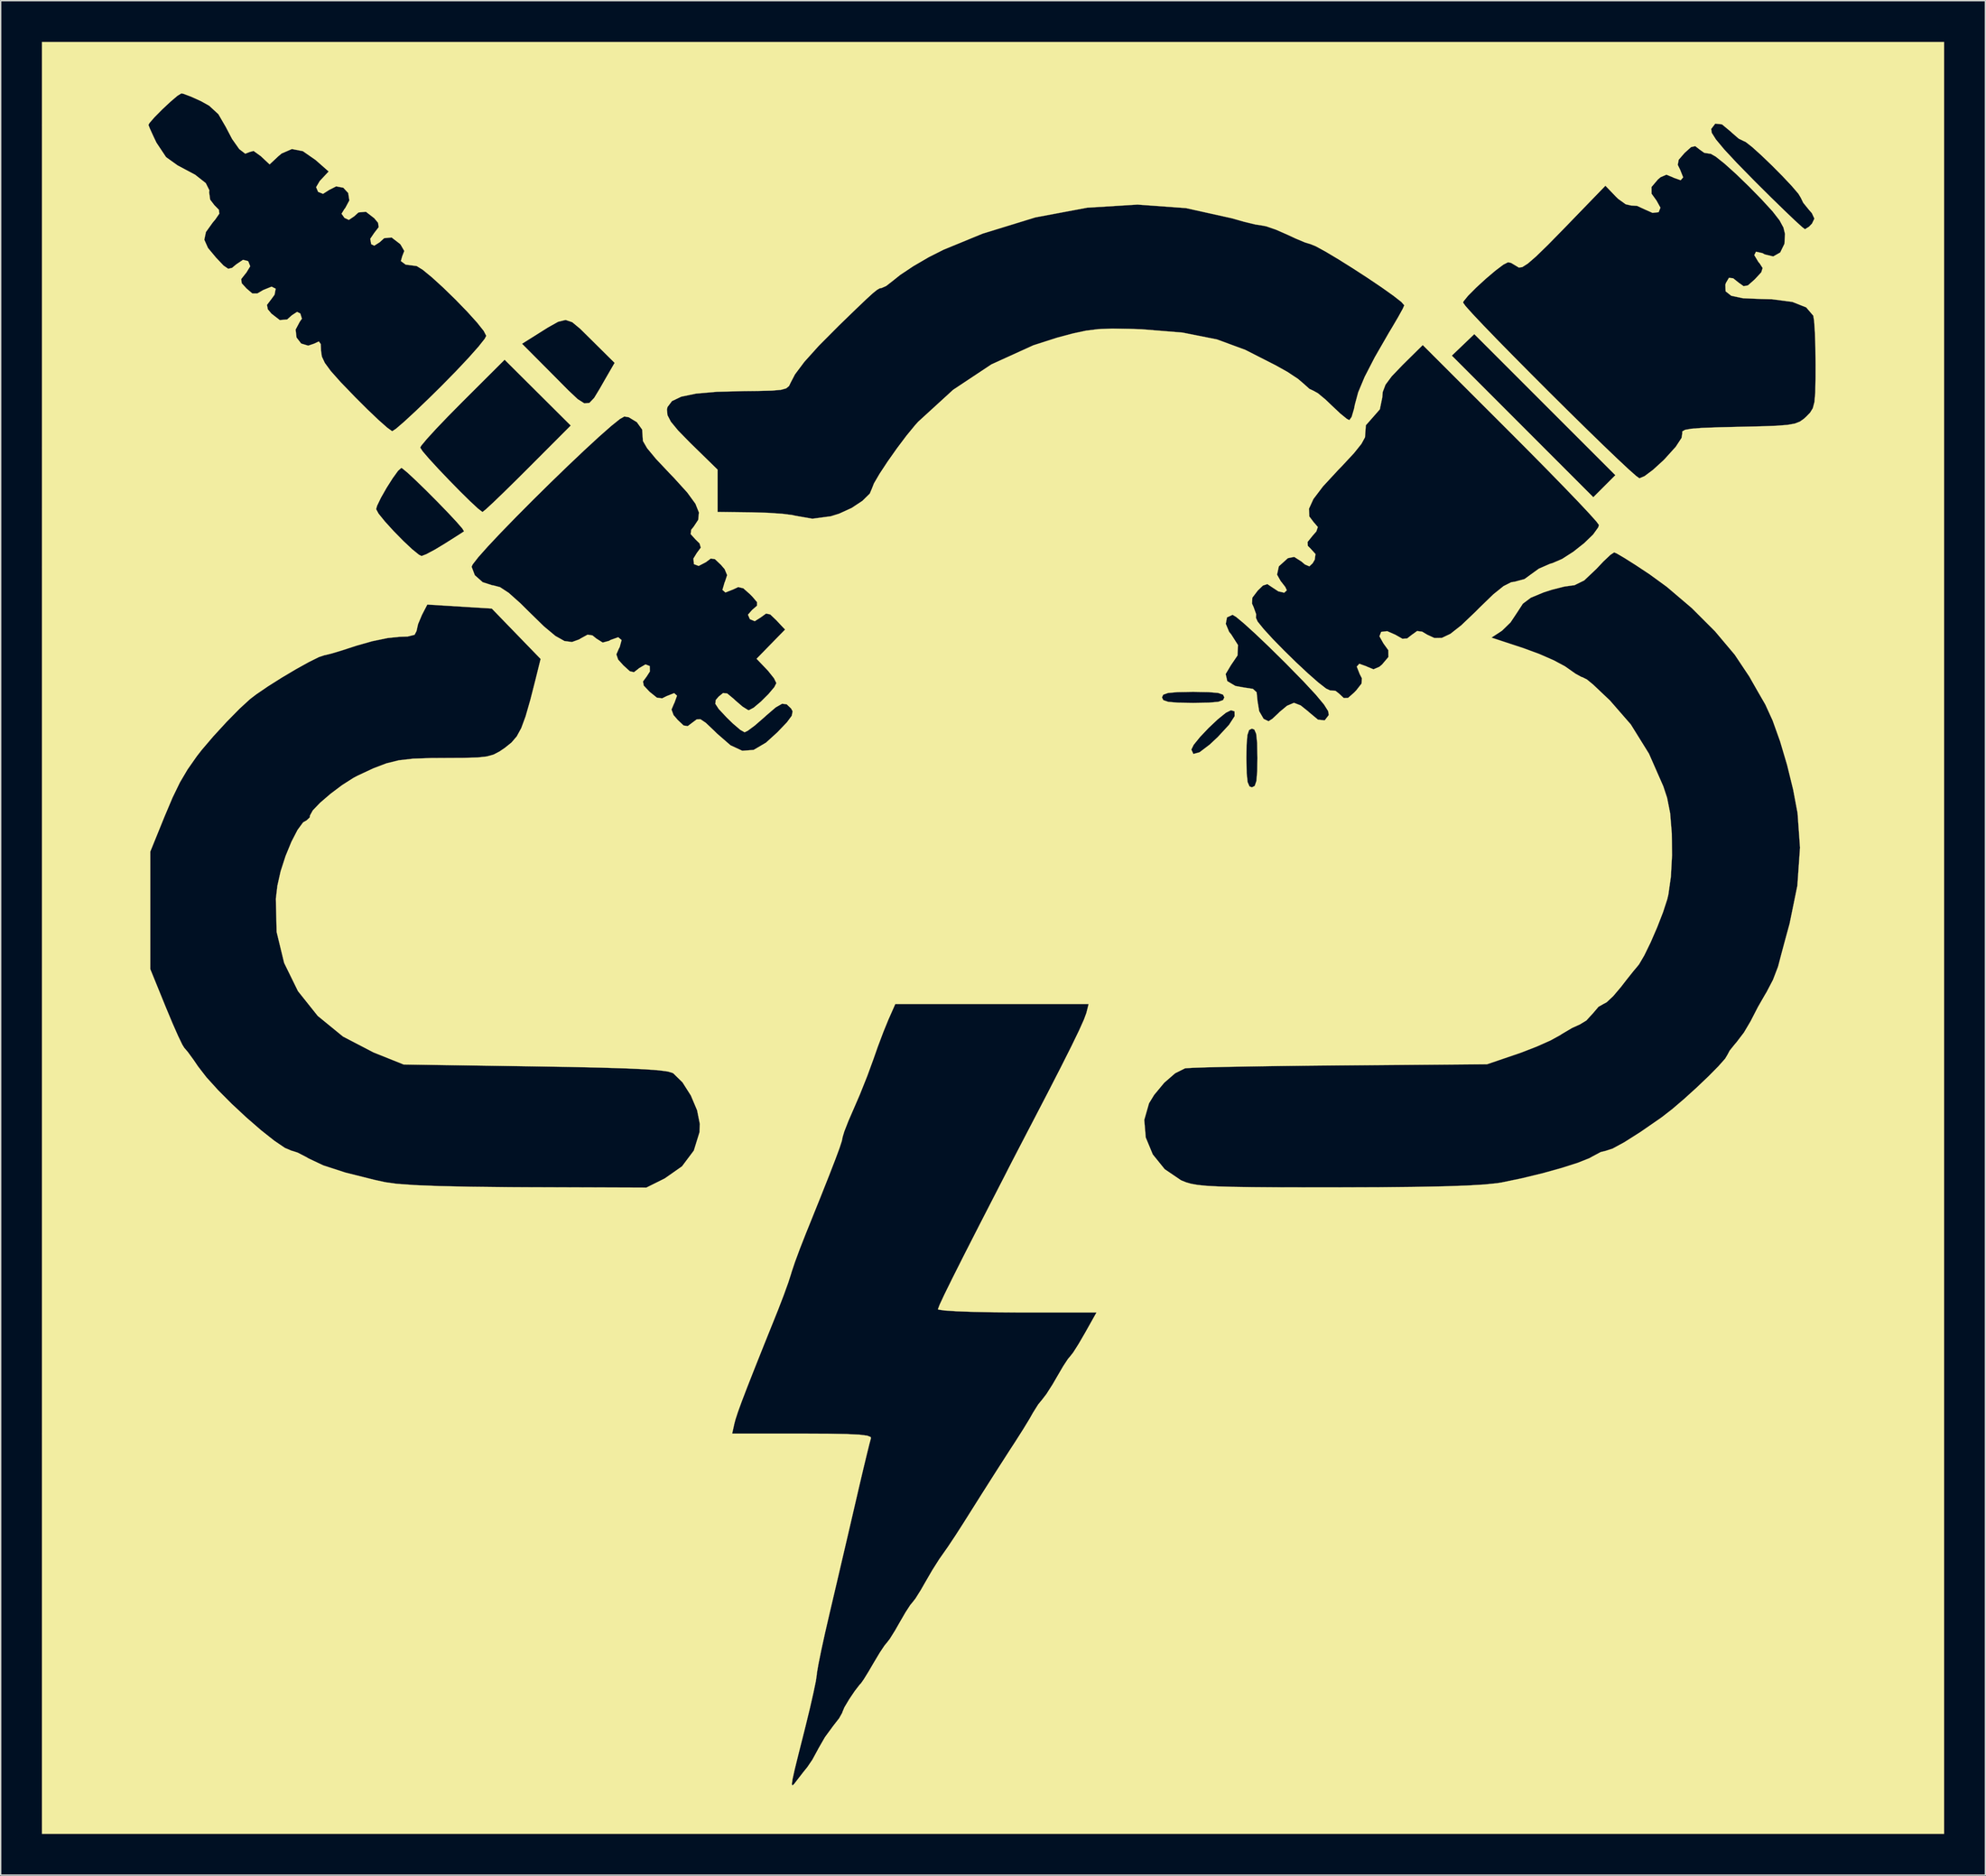
<source format=kicad_pcb>
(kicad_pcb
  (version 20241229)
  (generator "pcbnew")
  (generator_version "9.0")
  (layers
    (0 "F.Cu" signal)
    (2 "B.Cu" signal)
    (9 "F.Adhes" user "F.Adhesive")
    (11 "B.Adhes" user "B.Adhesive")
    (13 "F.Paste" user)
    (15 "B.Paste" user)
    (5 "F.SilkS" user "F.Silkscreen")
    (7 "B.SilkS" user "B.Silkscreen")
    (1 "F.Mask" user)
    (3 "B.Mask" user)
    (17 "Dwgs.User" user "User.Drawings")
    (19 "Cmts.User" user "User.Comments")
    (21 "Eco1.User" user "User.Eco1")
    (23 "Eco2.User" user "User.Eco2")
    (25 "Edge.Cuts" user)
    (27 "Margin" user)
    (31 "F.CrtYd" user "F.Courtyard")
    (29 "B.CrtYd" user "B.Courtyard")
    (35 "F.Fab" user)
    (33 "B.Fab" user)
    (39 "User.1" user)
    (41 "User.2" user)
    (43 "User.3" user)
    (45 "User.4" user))
  (footprint "logo1"
    (layer "F.Cu")
    (at 69.253 65.243)
    (property "Reference" "logo1" (at 0 0 0) (layer "F.SilkS") (effects (font (size 1.524 1.524) (thickness 0.3))))
    (attr through_hole)
    (fp_poly (pts (xy 69.248 65.238) (xy -69.248 65.238) (xy -69.248 36.095) (xy -18.993 36.095) (xy -13.88 36.095) (xy -12.035 36.102) (xy -10.67 36.127) (xy -9.731 36.173) (xy -9.162 36.244) (xy -8.909 36.344) (xy -8.889 36.429) (xy -8.988 36.792) (xy -9.184 37.581) (xy -9.453 38.7) (xy -9.772 40.055) (xy -10.001 41.041) (xy -10.434 42.907) (xy -10.921 44.994) (xy -11.406 47.069) (xy -11.836 48.902) (xy -11.912 49.224) (xy -12.237 50.635) (xy -12.512 51.893) (xy -12.714 52.891) (xy -12.822 53.523) (xy -12.834 53.656) (xy -12.897 54.098) (xy -13.073 54.947) (xy -13.334 56.093) (xy -13.659 57.426) (xy -13.769 57.866) (xy -14.165 59.431) (xy -14.438 60.537) (xy -14.596 61.247) (xy -14.648 61.62) (xy -14.604 61.717) (xy -14.473 61.598) (xy -14.291 61.361) (xy -13.812 60.742) (xy -13.522 60.384) (xy -13.154 59.842) (xy -12.757 59.114) (xy -12.725 59.048) (xy -12.237 58.2) (xy -11.646 57.394) (xy -11.631 57.376) (xy -11.198 56.816) (xy -10.972 56.413) (xy -10.962 56.362) (xy -10.822 56.03) (xy -10.484 55.461) (xy -10.07 54.844) (xy -9.704 54.37) (xy -9.612 54.276) (xy -9.409 53.987) (xy -9.036 53.381) (xy -8.7 52.805) (xy -8.252 52.056) (xy -7.892 51.515) (xy -7.74 51.335) (xy -7.514 51.043) (xy -7.132 50.431) (xy -6.808 49.864) (xy -6.372 49.112) (xy -6.02 48.57) (xy -5.872 48.394) (xy -5.644 48.102) (xy -5.26 47.49) (xy -4.935 46.923) (xy -4.424 46.042) (xy -3.924 45.252) (xy -3.69 44.918) (xy -3.298 44.36) (xy -2.74 43.522) (xy -2.134 42.578) (xy -2.093 42.512) (xy -0.824 40.499) (xy 0.247 38.814) (xy 1.202 37.328) (xy 1.656 36.629) (xy 2.204 35.767) (xy 2.667 35.007) (xy 2.909 34.578) (xy 3.297 33.96) (xy 3.564 33.638) (xy 3.891 33.211) (xy 4.346 32.497) (xy 4.666 31.946) (xy 5.104 31.196) (xy 5.459 30.655) (xy 5.609 30.48) (xy 5.835 30.193) (xy 6.228 29.574) (xy 6.674 28.809) (xy 7.537 27.272) (xy 1.763 27.272) (xy 0.071 27.261) (xy -1.425 27.232) (xy -2.648 27.188) (xy -3.522 27.131) (xy -3.969 27.066) (xy -4.011 27.037) (xy -3.892 26.72) (xy -3.535 25.956) (xy -2.937 24.742) (xy -2.096 23.071) (xy -1.008 20.939) (xy 0.328 18.34) (xy 0.41 18.181) (xy 0.801 17.421) (xy 1.128 16.78) (xy 1.163 16.711) (xy 1.396 16.257) (xy 1.812 15.456) (xy 2.344 14.433) (xy 2.759 13.636) (xy 2.958 13.254) (xy 11.011 13.254) (xy 11.119 14.534) (xy 11.631 15.768) (xy 12.499 16.842) (xy 13.673 17.639) (xy 13.738 17.67) (xy 14.056 17.798) (xy 14.421 17.903) (xy 14.889 17.986) (xy 15.517 18.05) (xy 16.359 18.096) (xy 17.472 18.129) (xy 18.911 18.149) (xy 20.731 18.161) (xy 22.989 18.165) (xy 24.999 18.165) (xy 28.084 18.156) (xy 30.668 18.132) (xy 32.788 18.091) (xy 34.478 18.033) (xy 35.773 17.957) (xy 36.707 17.862) (xy 37.031 17.81) (xy 38.521 17.501) (xy 40.024 17.135) (xy 41.42 16.747) (xy 42.592 16.371) (xy 43.419 16.042) (xy 43.679 15.897) (xy 44.25 15.594) (xy 44.608 15.507) (xy 45.11 15.344) (xy 45.971 14.876) (xy 47.137 14.136) (xy 48.553 13.158) (xy 48.731 13.03) (xy 49.463 12.46) (xy 50.328 11.72) (xy 51.236 10.897) (xy 52.096 10.077) (xy 52.816 9.348) (xy 53.306 8.795) (xy 53.474 8.515) (xy 53.639 8.204) (xy 54.045 7.701) (xy 54.118 7.621) (xy 54.673 6.894) (xy 55.18 6.036) (xy 55.229 5.936) (xy 55.696 5.029) (xy 56.238 4.087) (xy 56.319 3.955) (xy 56.791 3.053) (xy 57.155 2.104) (xy 57.197 1.95) (xy 57.399 1.178) (xy 57.684 0.116) (xy 57.992 -1.008) (xy 58 -1.039) (xy 58.565 -3.801) (xy 58.758 -6.575) (xy 58.579 -9.091) (xy 58.259 -10.797) (xy 57.819 -12.589) (xy 57.306 -14.317) (xy 56.764 -15.831) (xy 56.237 -16.983) (xy 56.172 -17.099) (xy 55.677 -17.956) (xy 55.229 -18.742) (xy 55.072 -19.021) (xy 54.004 -20.622) (xy 52.568 -22.327) (xy 50.881 -24.014) (xy 49.06 -25.563) (xy 47.803 -26.478) (xy 46.814 -27.133) (xy 45.986 -27.657) (xy 45.42 -27.989) (xy 45.226 -28.074) (xy 44.948 -27.889) (xy 44.442 -27.411) (xy 43.933 -26.871) (xy 43.042 -26.028) (xy 42.327 -25.678) (xy 42.204 -25.667) (xy 41.592 -25.581) (xy 40.715 -25.358) (xy 40.095 -25.16) (xy 39.158 -24.772) (xy 38.577 -24.336) (xy 38.185 -23.732) (xy 37.682 -22.976) (xy 37.065 -22.374) (xy 37.013 -22.338) (xy 36.291 -21.865) (xy 38.604 -21.103) (xy 39.764 -20.677) (xy 40.834 -20.209) (xy 41.632 -19.782) (xy 41.807 -19.661) (xy 42.408 -19.238) (xy 42.837 -19.001) (xy 42.91 -18.983) (xy 43.241 -18.817) (xy 43.687 -18.451) (xy 44.3 -17.871) (xy 44.918 -17.286) (xy 46.436 -15.543) (xy 47.758 -13.415) (xy 48.803 -11.038) (xy 49.08 -10.201) (xy 49.301 -9.077) (xy 49.42 -7.618) (xy 49.439 -6.017) (xy 49.356 -4.465) (xy 49.171 -3.153) (xy 49.089 -2.807) (xy 48.783 -1.869) (xy 48.358 -0.775) (xy 47.882 0.322) (xy 47.42 1.27) (xy 47.041 1.917) (xy 46.941 2.045) (xy 46.627 2.418) (xy 46.12 3.055) (xy 45.72 3.572) (xy 45.157 4.238) (xy 44.68 4.685) (xy 44.456 4.803) (xy 44.086 5.014) (xy 43.697 5.471) (xy 43.198 6.016) (xy 42.727 6.3) (xy 42.157 6.56) (xy 41.435 6.985) (xy 41.285 7.084) (xy 40.603 7.459) (xy 39.599 7.908) (xy 38.462 8.349) (xy 38.171 8.45) (xy 35.961 9.203) (xy 25.266 9.285) (xy 22.905 9.306) (xy 20.695 9.332) (xy 18.697 9.361) (xy 16.971 9.393) (xy 15.58 9.425) (xy 14.582 9.458) (xy 14.04 9.49) (xy 13.975 9.499) (xy 13.262 9.855) (xy 12.463 10.548) (xy 11.729 11.434) (xy 11.357 12.044) (xy 11.011 13.254) (xy 2.958 13.254) (xy 3.981 11.285) (xy 4.962 9.373) (xy 5.719 7.867) (xy 6.266 6.737) (xy 6.619 5.95) (xy 6.795 5.475) (xy 6.803 5.444) (xy 6.962 4.813) (xy -7.116 4.813) (xy -7.618 5.949) (xy -7.976 6.823) (xy -8.395 7.936) (xy -8.712 8.838) (xy -9.152 10.042) (xy -9.694 11.399) (xy -10.134 12.417) (xy -10.535 13.34) (xy -10.827 14.088) (xy -10.956 14.516) (xy -10.958 14.542) (xy -11.01 14.793) (xy -11.178 15.307) (xy -11.482 16.127) (xy -11.936 17.299) (xy -12.557 18.864) (xy -13.363 20.867) (xy -13.628 21.523) (xy -14.056 22.612) (xy -14.424 23.608) (xy -14.668 24.335) (xy -14.705 24.464) (xy -14.904 25.086) (xy -15.244 26.025) (xy -15.66 27.107) (xy -15.78 27.405) (xy -16.667 29.609) (xy -17.37 31.372) (xy -17.91 32.745) (xy -18.307 33.783) (xy -18.581 34.538) (xy -18.752 35.063) (xy -18.831 35.359) (xy -18.993 36.095) (xy -69.248 36.095) (xy -69.248 -6.283) (xy -61.361 -6.283) (xy -61.361 2.273) (xy -60.225 5.064) (xy -59.753 6.194) (xy -59.339 7.133) (xy -59.031 7.773) (xy -58.887 8.005) (xy -58.636 8.297) (xy -58.206 8.886) (xy -57.885 9.358) (xy -57.276 10.147) (xy -56.428 11.083) (xy -55.424 12.09) (xy -54.351 13.09) (xy -53.293 14.008) (xy -52.334 14.767) (xy -51.561 15.292) (xy -51.057 15.506) (xy -51.03 15.507) (xy -50.622 15.639) (xy -49.996 15.963) (xy -49.849 16.052) (xy -48.764 16.565) (xy -47.154 17.088) (xy -45.031 17.62) (xy -44.249 17.79) (xy -43.413 17.906) (xy -42.103 18) (xy -40.307 18.071) (xy -38.011 18.121) (xy -35.199 18.149) (xy -33.941 18.155) (xy -25.238 18.181) (xy -23.898 17.513) (xy -22.646 16.636) (xy -21.784 15.487) (xy -21.372 14.156) (xy -21.347 13.548) (xy -21.546 12.549) (xy -22.002 11.473) (xy -22.611 10.516) (xy -23.268 9.873) (xy -23.336 9.831) (xy -23.672 9.73) (xy -24.325 9.643) (xy -25.334 9.568) (xy -26.733 9.504) (xy -28.561 9.447) (xy -30.853 9.397) (xy -33.421 9.356) (xy -42.913 9.219) (xy -45.113 8.336) (xy -47.328 7.183) (xy -49.169 5.679) (xy -50.607 3.876) (xy -51.614 1.821) (xy -52.161 -0.436) (xy -52.218 -2.844) (xy -52.106 -3.794) (xy -51.87 -4.849) (xy -51.511 -5.959) (xy -51.082 -7.004) (xy -50.637 -7.862) (xy -50.23 -8.415) (xy -49.978 -8.556) (xy -49.752 -8.769) (xy -49.731 -8.915) (xy -49.525 -9.287) (xy -48.986 -9.847) (xy -48.233 -10.494) (xy -47.386 -11.13) (xy -46.562 -11.655) (xy -46.255 -11.817) (xy -45.115 -12.348) (xy -44.168 -12.709) (xy -43.256 -12.933) (xy -42.22 -13.051) (xy -40.903 -13.096) (xy -39.915 -13.101) (xy 18.448 -13.101) (xy 18.467 -12.004) (xy 18.536 -11.345) (xy 18.672 -11.03) (xy 18.849 -10.962) (xy 19.055 -11.063) (xy 19.179 -11.428) (xy 19.238 -12.154) (xy 19.251 -13.101) (xy 19.232 -14.199) (xy 19.163 -14.857) (xy 19.027 -15.172) (xy 18.849 -15.24) (xy 18.644 -15.139) (xy 18.52 -14.774) (xy 18.461 -14.048) (xy 18.448 -13.101) (xy -39.915 -13.101) (xy -38.516 -13.107) (xy -37.535 -13.137) (xy -36.856 -13.211) (xy -36.361 -13.349) (xy -35.936 -13.571) (xy -35.545 -13.836) (xy -35.062 -14.223) (xy -34.678 -14.671) (xy -34.349 -15.274) (xy -34.034 -16.128) (xy -33.69 -17.325) (xy -33.319 -18.778) (xy -32.939 -20.311) (xy -34.718 -22.147) (xy -36.496 -23.983) (xy -41.191 -24.272) (xy -41.584 -23.513) (xy -41.864 -22.847) (xy -41.977 -22.339) (xy -42.119 -22.07) (xy -42.614 -21.945) (xy -43.2 -21.924) (xy -44.07 -21.836) (xy -45.202 -21.603) (xy -46.357 -21.275) (xy -46.414 -21.256) (xy -47.389 -20.939) (xy -48.174 -20.703) (xy -48.627 -20.591) (xy -48.667 -20.587) (xy -49.081 -20.45) (xy -49.82 -20.083) (xy -50.766 -19.558) (xy -51.799 -18.944) (xy -52.802 -18.31) (xy -53.655 -17.727) (xy -54.095 -17.391) (xy -54.859 -16.691) (xy -55.802 -15.732) (xy -56.771 -14.677) (xy -57.615 -13.688) (xy -57.969 -13.235) (xy -58.646 -12.268) (xy -59.205 -11.321) (xy -59.741 -10.216) (xy -60.331 -8.82) (xy -61.361 -6.283) (xy -69.248 -6.283) (xy -69.248 -27.028) (xy -37.966 -27.028) (xy -37.732 -26.408) (xy -37.159 -25.9) (xy -36.44 -25.669) (xy -36.38 -25.667) (xy -35.895 -25.539) (xy -35.26 -25.121) (xy -34.407 -24.36) (xy -33.815 -23.773) (xy -32.709 -22.691) (xy -31.865 -21.986) (xy -31.206 -21.616) (xy -30.657 -21.544) (xy -30.142 -21.729) (xy -30.02 -21.804) (xy -29.516 -22.08) (xy -29.168 -22.026) (xy -28.879 -21.793) (xy -28.42 -21.504) (xy -27.958 -21.627) (xy -27.844 -21.695) (xy -27.291 -21.891) (xy -27.044 -21.686) (xy -27.187 -21.164) (xy -27.24 -21.074) (xy -27.426 -20.645) (xy -27.296 -20.265) (xy -26.916 -19.843) (xy -26.446 -19.416) (xy -26.145 -19.345) (xy -25.819 -19.596) (xy -25.786 -19.629) (xy -25.303 -19.913) (xy -24.995 -19.794) (xy -24.985 -19.402) (xy -25.219 -19.036) (xy -25.487 -18.673) (xy -25.432 -18.37) (xy -25.013 -17.927) (xy -24.987 -17.903) (xy -24.476 -17.493) (xy -24.091 -17.443) (xy -23.758 -17.608) (xy -23.216 -17.821) (xy -23.01 -17.637) (xy -23.199 -17.112) (xy -23.224 -17.071) (xy -23.411 -16.628) (xy -23.264 -16.226) (xy -22.967 -15.88) (xy -22.53 -15.465) (xy -22.228 -15.42) (xy -21.866 -15.693) (xy -21.575 -15.911) (xy -21.297 -15.918) (xy -20.913 -15.66) (xy -20.305 -15.083) (xy -20.112 -14.891) (xy -19.116 -14.025) (xy -18.255 -13.624) (xy -17.426 -13.688) (xy -17.385 -13.713) (xy 14.438 -13.713) (xy 14.587 -13.392) (xy 15.034 -13.513) (xy 15.773 -14.072) (xy 16.367 -14.628) (xy 17.181 -15.509) (xy 17.591 -16.14) (xy 17.585 -16.499) (xy 17.321 -16.577) (xy 16.952 -16.392) (xy 16.369 -15.922) (xy 15.699 -15.291) (xy 15.07 -14.628) (xy 14.607 -14.056) (xy 14.438 -13.713) (xy -17.385 -13.713) (xy -16.526 -14.22) (xy -15.701 -14.97) (xy -15.005 -15.698) (xy -14.653 -16.174) (xy -14.59 -16.498) (xy -14.703 -16.708) (xy -15.023 -17.011) (xy -15.358 -17.05) (xy -15.821 -16.787) (xy -16.523 -16.185) (xy -16.68 -16.042) (xy -17.342 -15.467) (xy -17.866 -15.079) (xy -18.09 -14.973) (xy -18.401 -15.15) (xy -18.938 -15.608) (xy -19.386 -16.044) (xy -19.969 -16.665) (xy -20.219 -17.048) (xy -20.187 -17.322) (xy -19.978 -17.568) (xy -19.653 -17.83) (xy -19.355 -17.796) (xy -18.903 -17.424) (xy -18.772 -17.299) (xy -18.231 -16.835) (xy -17.834 -16.589) (xy -17.778 -16.577) (xy -17.432 -16.758) (xy -16.904 -17.201) (xy -16.591 -17.513) (xy 12.299 -17.513) (xy 12.396 -17.312) (xy 12.749 -17.189) (xy 13.452 -17.128) (xy 14.572 -17.112) (xy 15.708 -17.129) (xy 16.403 -17.191) (xy 16.751 -17.315) (xy 16.844 -17.513) (xy 16.747 -17.713) (xy 16.394 -17.836) (xy 15.691 -17.897) (xy 14.572 -17.914) (xy 13.435 -17.897) (xy 12.74 -17.834) (xy 12.392 -17.71) (xy 12.299 -17.513) (xy -16.591 -17.513) (xy -16.349 -17.753) (xy -15.922 -18.261) (xy -15.775 -18.553) (xy -15.945 -18.903) (xy -16.194 -19.216) (xy 16.938 -19.216) (xy 17.055 -18.696) (xy 17.645 -18.345) (xy 18.275 -18.232) (xy 18.922 -18.133) (xy 19.193 -17.884) (xy 19.25 -17.328) (xy 19.251 -17.283) (xy 19.379 -16.505) (xy 19.702 -15.948) (xy 20.059 -15.775) (xy 20.338 -15.951) (xy 20.795 -16.38) (xy 20.855 -16.443) (xy 21.407 -16.902) (xy 21.897 -17.11) (xy 21.924 -17.112) (xy 22.399 -16.928) (xy 22.956 -16.483) (xy 22.994 -16.443) (xy 23.66 -15.89) (xy 24.15 -15.839) (xy 24.447 -16.227) (xy 24.404 -16.511) (xy 24.101 -16.992) (xy 23.503 -17.71) (xy 22.578 -18.705) (xy 21.292 -20.017) (xy 21.204 -20.104) (xy 20.091 -21.201) (xy 19.091 -22.153) (xy 18.27 -22.898) (xy 17.695 -23.376) (xy 17.441 -23.528) (xy 17.034 -23.337) (xy 16.946 -22.869) (xy 17.187 -22.288) (xy 17.345 -22.094) (xy 17.836 -21.32) (xy 17.8 -20.564) (xy 17.321 -19.857) (xy 16.938 -19.216) (xy -16.194 -19.216) (xy -16.368 -19.435) (xy -16.495 -19.572) (xy -17.216 -20.324) (xy -16.178 -21.388) (xy -15.139 -22.451) (xy -15.771 -23.123) (xy -16.22 -23.554) (xy -16.525 -23.619) (xy -16.885 -23.358) (xy -16.897 -23.347) (xy -17.349 -23.062) (xy -17.698 -23.206) (xy -17.705 -23.213) (xy -17.843 -23.535) (xy -17.525 -23.894) (xy -17.498 -23.914) (xy -17.18 -24.191) (xy -17.179 -24.34) (xy 18.858 -24.34) (xy 18.973 -24.083) (xy 19.158 -23.565) (xy 19.143 -23.304) (xy 19.264 -23.034) (xy 19.701 -22.493) (xy 20.37 -21.762) (xy 21.188 -20.925) (xy 22.069 -20.063) (xy 22.93 -19.259) (xy 23.686 -18.595) (xy 24.253 -18.153) (xy 24.546 -18.017) (xy 24.553 -18.02) (xy 24.934 -17.991) (xy 25.183 -17.796) (xy 25.539 -17.465) (xy 25.851 -17.475) (xy 26.29 -17.859) (xy 26.443 -18.019) (xy 26.833 -18.516) (xy 26.857 -18.906) (xy 26.7 -19.21) (xy 26.486 -19.753) (xy 26.669 -19.96) (xy 27.191 -19.773) (xy 27.231 -19.749) (xy 27.704 -19.557) (xy 28.131 -19.74) (xy 28.326 -19.905) (xy 28.791 -20.454) (xy 28.787 -20.944) (xy 28.428 -21.442) (xy 28.137 -21.96) (xy 28.263 -22.283) (xy 28.702 -22.333) (xy 29.286 -22.077) (xy 29.807 -21.781) (xy 30.15 -21.801) (xy 30.48 -22.058) (xy 30.878 -22.344) (xy 31.245 -22.298) (xy 31.624 -22.072) (xy 32.142 -21.833) (xy 32.677 -21.842) (xy 33.304 -22.14) (xy 34.099 -22.765) (xy 35.138 -23.756) (xy 35.419 -24.04) (xy 36.424 -25.013) (xy 37.17 -25.614) (xy 37.73 -25.897) (xy 37.985 -25.935) (xy 38.7 -26.129) (xy 39.17 -26.471) (xy 39.741 -26.884) (xy 40.547 -27.235) (xy 40.749 -27.295) (xy 41.44 -27.595) (xy 42.249 -28.114) (xy 43.045 -28.743) (xy 43.696 -29.374) (xy 44.072 -29.899) (xy 44.116 -30.07) (xy 43.933 -30.319) (xy 43.414 -30.898) (xy 42.603 -31.763) (xy 41.542 -32.866) (xy 40.277 -34.163) (xy 38.851 -35.607) (xy 37.702 -36.76) (xy 32.061 -42.398) (xy 33.406 -42.398) (xy 43.707 -32.087) (xy 45.313 -33.693) (xy 40.177 -38.828) (xy 35.042 -43.964) (xy 34.224 -43.181) (xy 33.406 -42.398) (xy 32.061 -42.398) (xy 31.289 -43.169) (xy 29.815 -41.713) (xy 29.028 -40.892) (xy 28.575 -40.281) (xy 28.374 -39.749) (xy 28.341 -39.351) (xy 28.164 -38.488) (xy 27.651 -37.902) (xy 27.147 -37.33) (xy 27.107 -36.802) (xy 27.084 -36.454) (xy 26.824 -35.974) (xy 26.278 -35.293) (xy 25.393 -34.342) (xy 25.123 -34.064) (xy 24.024 -32.876) (xy 23.326 -31.956) (xy 23.002 -31.246) (xy 23.028 -30.688) (xy 23.378 -30.227) (xy 23.404 -30.205) (xy 23.648 -29.916) (xy 23.542 -29.6) (xy 23.261 -29.277) (xy 22.904 -28.833) (xy 22.918 -28.547) (xy 23.118 -28.348) (xy 23.478 -27.95) (xy 23.423 -27.541) (xy 23.273 -27.282) (xy 23.035 -27.055) (xy 22.709 -27.192) (xy 22.46 -27.405) (xy 21.929 -27.743) (xy 21.473 -27.652) (xy 21.459 -27.644) (xy 20.809 -27.055) (xy 20.68 -26.45) (xy 20.933 -25.996) (xy 21.28 -25.55) (xy 21.389 -25.312) (xy 21.204 -25.135) (xy 20.773 -25.234) (xy 20.32 -25.533) (xy 19.973 -25.764) (xy 19.65 -25.656) (xy 19.274 -25.291) (xy 18.879 -24.771) (xy 18.858 -24.34) (xy -17.179 -24.34) (xy -17.178 -24.444) (xy -17.521 -24.85) (xy -17.677 -25.009) (xy -18.182 -25.457) (xy -18.552 -25.546) (xy -18.935 -25.368) (xy -19.484 -25.151) (xy -19.701 -25.341) (xy -19.54 -25.892) (xy -19.517 -25.937) (xy -19.359 -26.416) (xy -19.541 -26.852) (xy -19.809 -27.163) (xy -20.247 -27.579) (xy -20.551 -27.625) (xy -20.907 -27.358) (xy -21.432 -27.085) (xy -21.777 -27.215) (xy -21.816 -27.62) (xy -21.568 -28.024) (xy -21.277 -28.418) (xy -21.365 -28.723) (xy -21.657 -29.009) (xy -22.015 -29.405) (xy -21.974 -29.719) (xy -21.793 -29.943) (xy -21.464 -30.441) (xy -21.412 -30.975) (xy -21.668 -31.616) (xy -22.266 -32.435) (xy -23.237 -33.505) (xy -23.536 -33.814) (xy -24.547 -34.887) (xy -25.187 -35.661) (xy -25.49 -36.183) (xy -25.509 -36.465) (xy -25.546 -37.015) (xy -25.936 -37.556) (xy -26.521 -37.912) (xy -26.843 -37.966) (xy -27.169 -37.783) (xy -27.803 -37.273) (xy -28.687 -36.494) (xy -29.758 -35.507) (xy -30.958 -34.37) (xy -32.225 -33.144) (xy -33.501 -31.885) (xy -34.723 -30.655) (xy -35.833 -29.513) (xy -36.771 -28.516) (xy -37.475 -27.726) (xy -37.885 -27.2) (xy -37.966 -27.028) (xy -69.248 -27.028) (xy -69.248 -31.219) (xy -44.918 -31.219) (xy -44.739 -30.889) (xy -44.275 -30.317) (xy -43.638 -29.617) (xy -42.938 -28.904) (xy -42.286 -28.292) (xy -41.794 -27.895) (xy -41.608 -27.806) (xy -41.261 -27.939) (xy -40.62 -28.283) (xy -39.995 -28.659) (xy -39.253 -29.127) (xy -38.711 -29.473) (xy -38.515 -29.603) (xy -38.642 -29.813) (xy -39.068 -30.303) (xy -39.706 -30.986) (xy -40.468 -31.772) (xy -41.267 -32.574) (xy -42.015 -33.302) (xy -42.624 -33.869) (xy -43.008 -34.186) (xy -43.084 -34.223) (xy -43.321 -34.011) (xy -43.709 -33.476) (xy -44.155 -32.773) (xy -44.566 -32.053) (xy -44.847 -31.47) (xy -44.918 -31.219) (xy -69.248 -31.219) (xy -69.248 -35.704) (xy -41.709 -35.704) (xy -41.533 -35.434) (xy -41.064 -34.887) (xy -40.393 -34.156) (xy -39.611 -33.335) (xy -38.809 -32.517) (xy -38.078 -31.797) (xy -37.508 -31.267) (xy -37.19 -31.021) (xy -37.166 -31.015) (xy -36.939 -31.195) (xy -36.401 -31.692) (xy -35.619 -32.445) (xy -34.657 -33.391) (xy -33.884 -34.161) (xy -30.746 -37.307) (xy -31.918 -38.474) (xy -23.743 -38.474) (xy -23.705 -38.064) (xy -23.457 -37.585) (xy -22.934 -36.95) (xy -22.073 -36.069) (xy -21.938 -35.937) (xy -20.053 -34.094) (xy -20.053 -31.015) (xy -17.579 -30.988) (xy -16.402 -30.953) (xy -15.361 -30.883) (xy -14.621 -30.791) (xy -14.438 -30.747) (xy -13.156 -30.523) (xy -11.815 -30.7) (xy -11.204 -30.89) (xy -10.295 -31.304) (xy -9.507 -31.825) (xy -8.974 -32.349) (xy -8.823 -32.702) (xy -8.67 -33.093) (xy -8.263 -33.789) (xy -7.68 -34.676) (xy -7.001 -35.639) (xy -6.304 -36.566) (xy -5.668 -37.341) (xy -5.445 -37.587) (xy -2.904 -39.91) (xy -0.117 -41.76) (xy 2.937 -43.15) (xy 4.66 -43.703) (xy 5.822 -44.013) (xy 6.767 -44.215) (xy 7.662 -44.328) (xy 8.672 -44.366) (xy 9.963 -44.346) (xy 10.81 -44.318) (xy 13.791 -44.077) (xy 16.305 -43.578) (xy 18.355 -42.823) (xy 18.531 -42.735) (xy 19.018 -42.487) (xy 19.799 -42.089) (xy 20.555 -41.705) (xy 21.449 -41.205) (xy 22.204 -40.705) (xy 22.586 -40.38) (xy 23.036 -39.977) (xy 23.334 -39.838) (xy 23.651 -39.662) (xy 24.197 -39.209) (xy 24.661 -38.768) (xy 25.28 -38.184) (xy 25.758 -37.796) (xy 25.943 -37.699) (xy 26.113 -37.935) (xy 26.288 -38.53) (xy 26.345 -38.823) (xy 26.587 -39.723) (xy 27.06 -40.854) (xy 27.795 -42.279) (xy 28.819 -44.056) (xy 29.037 -44.418) (xy 29.5 -45.206) (xy 29.828 -45.8) (xy 29.945 -46.064) (xy 29.773 -46.259) (xy 34.223 -46.259) (xy 34.406 -46.005) (xy 34.919 -45.433) (xy 35.708 -44.597) (xy 36.719 -43.551) (xy 37.897 -42.351) (xy 39.188 -41.048) (xy 40.537 -39.698) (xy 41.891 -38.355) (xy 43.196 -37.073) (xy 44.396 -35.905) (xy 45.438 -34.907) (xy 46.267 -34.131) (xy 46.83 -33.632) (xy 47.066 -33.464) (xy 47.44 -33.623) (xy 48.054 -34.082) (xy 48.786 -34.749) (xy 48.907 -34.87) (xy 49.71 -35.759) (xy 50.135 -36.408) (xy 50.184 -36.724) (xy 50.188 -36.878) (xy 50.384 -36.993) (xy 50.842 -37.075) (xy 51.633 -37.135) (xy 52.825 -37.179) (xy 54.27 -37.213) (xy 55.871 -37.249) (xy 57.028 -37.291) (xy 57.832 -37.353) (xy 58.374 -37.449) (xy 58.745 -37.592) (xy 59.034 -37.795) (xy 59.201 -37.946) (xy 59.495 -38.248) (xy 59.691 -38.569) (xy 59.809 -39.019) (xy 59.868 -39.708) (xy 59.888 -40.744) (xy 59.891 -41.734) (xy 59.877 -43.012) (xy 59.84 -44.118) (xy 59.785 -44.929) (xy 59.724 -45.307) (xy 59.208 -45.91) (xy 58.202 -46.309) (xy 56.714 -46.503) (xy 55.926 -46.522) (xy 54.598 -46.578) (xy 53.75 -46.757) (xy 53.34 -47.081) (xy 53.323 -47.569) (xy 53.364 -47.691) (xy 53.584 -48.065) (xy 53.893 -48.028) (xy 54.306 -47.698) (xy 54.652 -47.452) (xy 54.965 -47.511) (xy 55.43 -47.92) (xy 55.491 -47.98) (xy 55.939 -48.465) (xy 56.036 -48.778) (xy 55.82 -49.114) (xy 55.731 -49.213) (xy 55.429 -49.716) (xy 55.553 -49.964) (xy 56.025 -49.86) (xy 56.185 -49.769) (xy 56.806 -49.618) (xy 57.318 -49.908) (xy 57.627 -50.544) (xy 57.664 -51.264) (xy 57.552 -51.725) (xy 57.271 -52.245) (xy 56.761 -52.902) (xy 55.962 -53.774) (xy 55.056 -54.699) (xy 54.104 -55.622) (xy 53.267 -56.375) (xy 52.622 -56.889) (xy 52.251 -57.1) (xy 52.213 -57.098) (xy 51.785 -57.166) (xy 51.455 -57.402) (xy 51.131 -57.652) (xy 50.824 -57.583) (xy 50.353 -57.159) (xy 49.923 -56.662) (xy 49.855 -56.288) (xy 50.03 -55.928) (xy 50.248 -55.381) (xy 50.07 -55.17) (xy 49.553 -55.352) (xy 49.504 -55.382) (xy 49.03 -55.574) (xy 48.603 -55.391) (xy 48.409 -55.225) (xy 47.944 -54.677) (xy 47.948 -54.187) (xy 48.307 -53.689) (xy 48.594 -53.17) (xy 48.463 -52.842) (xy 48.022 -52.792) (xy 47.486 -53.03) (xy 46.894 -53.303) (xy 46.459 -53.33) (xy 46.065 -53.42) (xy 45.519 -53.812) (xy 45.345 -53.981) (xy 44.589 -54.77) (xy 41.567 -51.649) (xy 40.401 -50.459) (xy 39.541 -49.623) (xy 38.935 -49.098) (xy 38.533 -48.842) (xy 38.282 -48.811) (xy 38.202 -48.862) (xy 37.714 -49.154) (xy 37.496 -49.196) (xy 37.159 -49.025) (xy 36.577 -48.587) (xy 35.874 -47.99) (xy 35.172 -47.346) (xy 34.593 -46.764) (xy 34.26 -46.355) (xy 34.223 -46.259) (xy 29.773 -46.259) (xy 29.732 -46.306) (xy 29.155 -46.757) (xy 28.312 -47.357) (xy 27.299 -48.041) (xy 26.214 -48.746) (xy 25.153 -49.411) (xy 24.213 -49.972) (xy 23.49 -50.366) (xy 23.082 -50.531) (xy 23.062 -50.533) (xy 22.709 -50.641) (xy 22.042 -50.921) (xy 21.441 -51.201) (xy 20.598 -51.57) (xy 19.892 -51.814) (xy 19.586 -51.872) (xy 19.098 -51.948) (xy 18.284 -52.144) (xy 17.396 -52.397) (xy 14.046 -53.14) (xy 10.52 -53.396) (xy 6.854 -53.169) (xy 3.083 -52.463) (xy -0.757 -51.281) (xy -3.609 -50.108) (xy -4.683 -49.565) (xy -5.795 -48.917) (xy -6.755 -48.278) (xy -7.287 -47.853) (xy -7.78 -47.469) (xy -8.11 -47.324) (xy -8.25 -47.3) (xy -8.443 -47.191) (xy -8.753 -46.941) (xy -9.243 -46.493) (xy -9.978 -45.792) (xy -11.02 -44.782) (xy -11.229 -44.579) (xy -12.682 -43.119) (xy -13.736 -41.948) (xy -14.422 -41.032) (xy -14.729 -40.444) (xy -14.854 -40.186) (xy -15.061 -40.013) (xy -15.447 -39.907) (xy -16.108 -39.85) (xy -17.141 -39.825) (xy -18.108 -39.816) (xy -20.108 -39.765) (xy -21.623 -39.633) (xy -22.697 -39.411) (xy -23.376 -39.089) (xy -23.703 -38.654) (xy -23.743 -38.474) (xy -31.918 -38.474) (xy -33.154 -39.704) (xy -35.561 -42.101) (xy -38.635 -39.035) (xy -39.671 -37.987) (xy -40.558 -37.06) (xy -41.232 -36.322) (xy -41.629 -35.844) (xy -41.709 -35.704) (xy -69.248 -35.704) (xy -69.248 -59.197) (xy -61.495 -59.197) (xy -61.388 -58.923) (xy -61.116 -58.329) (xy -60.91 -57.899) (xy -60.211 -56.85) (xy -59.373 -56.25) (xy -58.098 -55.571) (xy -57.322 -54.961) (xy -57.057 -54.432) (xy -57.077 -54.295) (xy -57.002 -53.753) (xy -56.692 -53.349) (xy -56.365 -53.016) (xy -56.335 -52.737) (xy -56.624 -52.318) (xy -56.822 -52.081) (xy -57.31 -51.398) (xy -57.428 -50.836) (xy -57.16 -50.236) (xy -56.572 -49.53) (xy -56.024 -48.952) (xy -55.686 -48.721) (xy -55.406 -48.787) (xy -55.096 -49.046) (xy -54.608 -49.374) (xy -54.259 -49.284) (xy -54.222 -49.249) (xy -54.086 -48.905) (xy -54.367 -48.442) (xy -54.412 -48.391) (xy -54.74 -47.974) (xy -54.705 -47.67) (xy -54.358 -47.288) (xy -53.93 -46.923) (xy -53.572 -46.92) (xy -53.13 -47.178) (xy -52.531 -47.419) (xy -52.23 -47.271) (xy -52.312 -46.834) (xy -52.553 -46.505) (xy -52.865 -46.094) (xy -52.805 -45.773) (xy -52.538 -45.453) (xy -51.931 -44.984) (xy -51.392 -45.031) (xy -51.058 -45.33) (xy -50.672 -45.583) (xy -50.437 -45.464) (xy -50.322 -45.088) (xy -50.479 -44.864) (xy -50.78 -44.295) (xy -50.714 -43.718) (xy -50.376 -43.278) (xy -49.862 -43.123) (xy -49.441 -43.265) (xy -49.089 -43.429) (xy -48.95 -43.241) (xy -48.928 -42.745) (xy -48.869 -42.329) (xy -48.653 -41.867) (xy -48.222 -41.279) (xy -47.517 -40.486) (xy -46.479 -39.408) (xy -46.473 -39.401) (xy -45.538 -38.468) (xy -44.722 -37.693) (xy -44.104 -37.147) (xy -43.762 -36.903) (xy -43.736 -36.897) (xy -43.464 -37.077) (xy -42.883 -37.577) (xy -42.062 -38.335) (xy -41.067 -39.29) (xy -40.176 -40.168) (xy -39.103 -41.261) (xy -38.177 -42.246) (xy -37.46 -43.054) (xy -37.295 -43.262) (xy -34.294 -43.262) (xy -31.936 -40.893) (xy -30.939 -39.886) (xy -30.244 -39.231) (xy -29.758 -38.923) (xy -29.388 -38.955) (xy -29.039 -39.322) (xy -28.618 -40.017) (xy -28.255 -40.654) (xy -27.551 -41.87) (xy -29.25 -43.555) (xy -30.059 -44.355) (xy -30.634 -44.831) (xy -31.12 -44.997) (xy -31.663 -44.865) (xy -32.409 -44.448) (xy -33.256 -43.914) (xy -34.294 -43.262) (xy -37.295 -43.262) (xy -37.015 -43.615) (xy -36.897 -43.839) (xy -37.083 -44.201) (xy -37.58 -44.823) (xy -38.297 -45.615) (xy -39.141 -46.484) (xy -40.021 -47.341) (xy -40.844 -48.092) (xy -41.52 -48.648) (xy -41.957 -48.917) (xy -42.016 -48.928) (xy -42.766 -49.025) (xy -43.114 -49.284) (xy -43.016 -49.633) (xy -42.866 -50.019) (xy -43.129 -50.475) (xy -43.185 -50.538) (xy -43.791 -51.003) (xy -44.33 -50.952) (xy -44.66 -50.655) (xy -45.053 -50.404) (xy -45.275 -50.515) (xy -45.344 -50.903) (xy -45.057 -51.328) (xy -44.729 -51.751) (xy -44.773 -52.068) (xy -45.052 -52.404) (xy -45.66 -52.874) (xy -46.2 -52.826) (xy -46.525 -52.535) (xy -46.903 -52.281) (xy -47.219 -52.427) (xy -47.433 -52.73) (xy -47.218 -53.082) (xy -47.17 -53.132) (xy -46.866 -53.698) (xy -46.949 -54.239) (xy -47.306 -54.625) (xy -47.825 -54.724) (xy -48.328 -54.469) (xy -48.782 -54.18) (xy -49.129 -54.317) (xy -49.144 -54.331) (xy -49.285 -54.664) (xy -49.025 -55.105) (xy -48.915 -55.226) (xy -48.371 -55.805) (xy -49.327 -56.645) (xy -50.251 -57.287) (xy -51.05 -57.442) (xy -51.8 -57.116) (xy -52.053 -56.903) (xy -52.672 -56.322) (xy -53.312 -56.923) (xy -53.839 -57.302) (xy -54.137 -57.224) (xy -54.14 -57.22) (xy -54.445 -57.102) (xy -54.882 -57.437) (xy -55.401 -58.171) (xy -55.785 -58.903) (xy 52.288 -58.903) (xy 52.331 -58.619) (xy 52.634 -58.138) (xy 53.232 -57.42) (xy 54.157 -56.425) (xy 55.443 -55.114) (xy 55.53 -55.026) (xy 56.631 -53.932) (xy 57.604 -52.983) (xy 58.385 -52.238) (xy 58.912 -51.758) (xy 59.119 -51.602) (xy 59.411 -51.783) (xy 59.63 -52.011) (xy 59.805 -52.374) (xy 59.621 -52.773) (xy 59.395 -53.031) (xy 58.991 -53.532) (xy 58.821 -53.884) (xy 58.821 -53.886) (xy 58.639 -54.187) (xy 58.16 -54.747) (xy 57.484 -55.466) (xy 56.71 -56.246) (xy 55.939 -56.987) (xy 55.27 -57.59) (xy 54.803 -57.955) (xy 54.663 -58.019) (xy 54.295 -58.198) (xy 53.791 -58.635) (xy 53.741 -58.687) (xy 53.075 -59.24) (xy 52.585 -59.291) (xy 52.288 -58.903) (xy -55.785 -58.903) (xy -55.861 -59.048) (xy -56.402 -59.98) (xy -57.074 -60.597) (xy -57.652 -60.92) (xy -58.393 -61.256) (xy -58.945 -61.463) (xy -59.096 -61.495) (xy -59.379 -61.322) (xy -59.889 -60.889) (xy -60.489 -60.329) (xy -61.043 -59.769) (xy -61.415 -59.342) (xy -61.495 -59.197) (xy -69.248 -59.197) (xy -69.248 -65.238) (xy 69.248 -65.238) (xy 69.248 65.238)) (stroke (width 0.01) (type solid)) (fill yes) (layer "F.SilkS")))
  (gr_rect
    (start -3 -3)
    (end 141.507 133.486)
    (stroke (width 0.1) (type default))
    (fill no)
    (layer "Edge.Cuts")))
</source>
